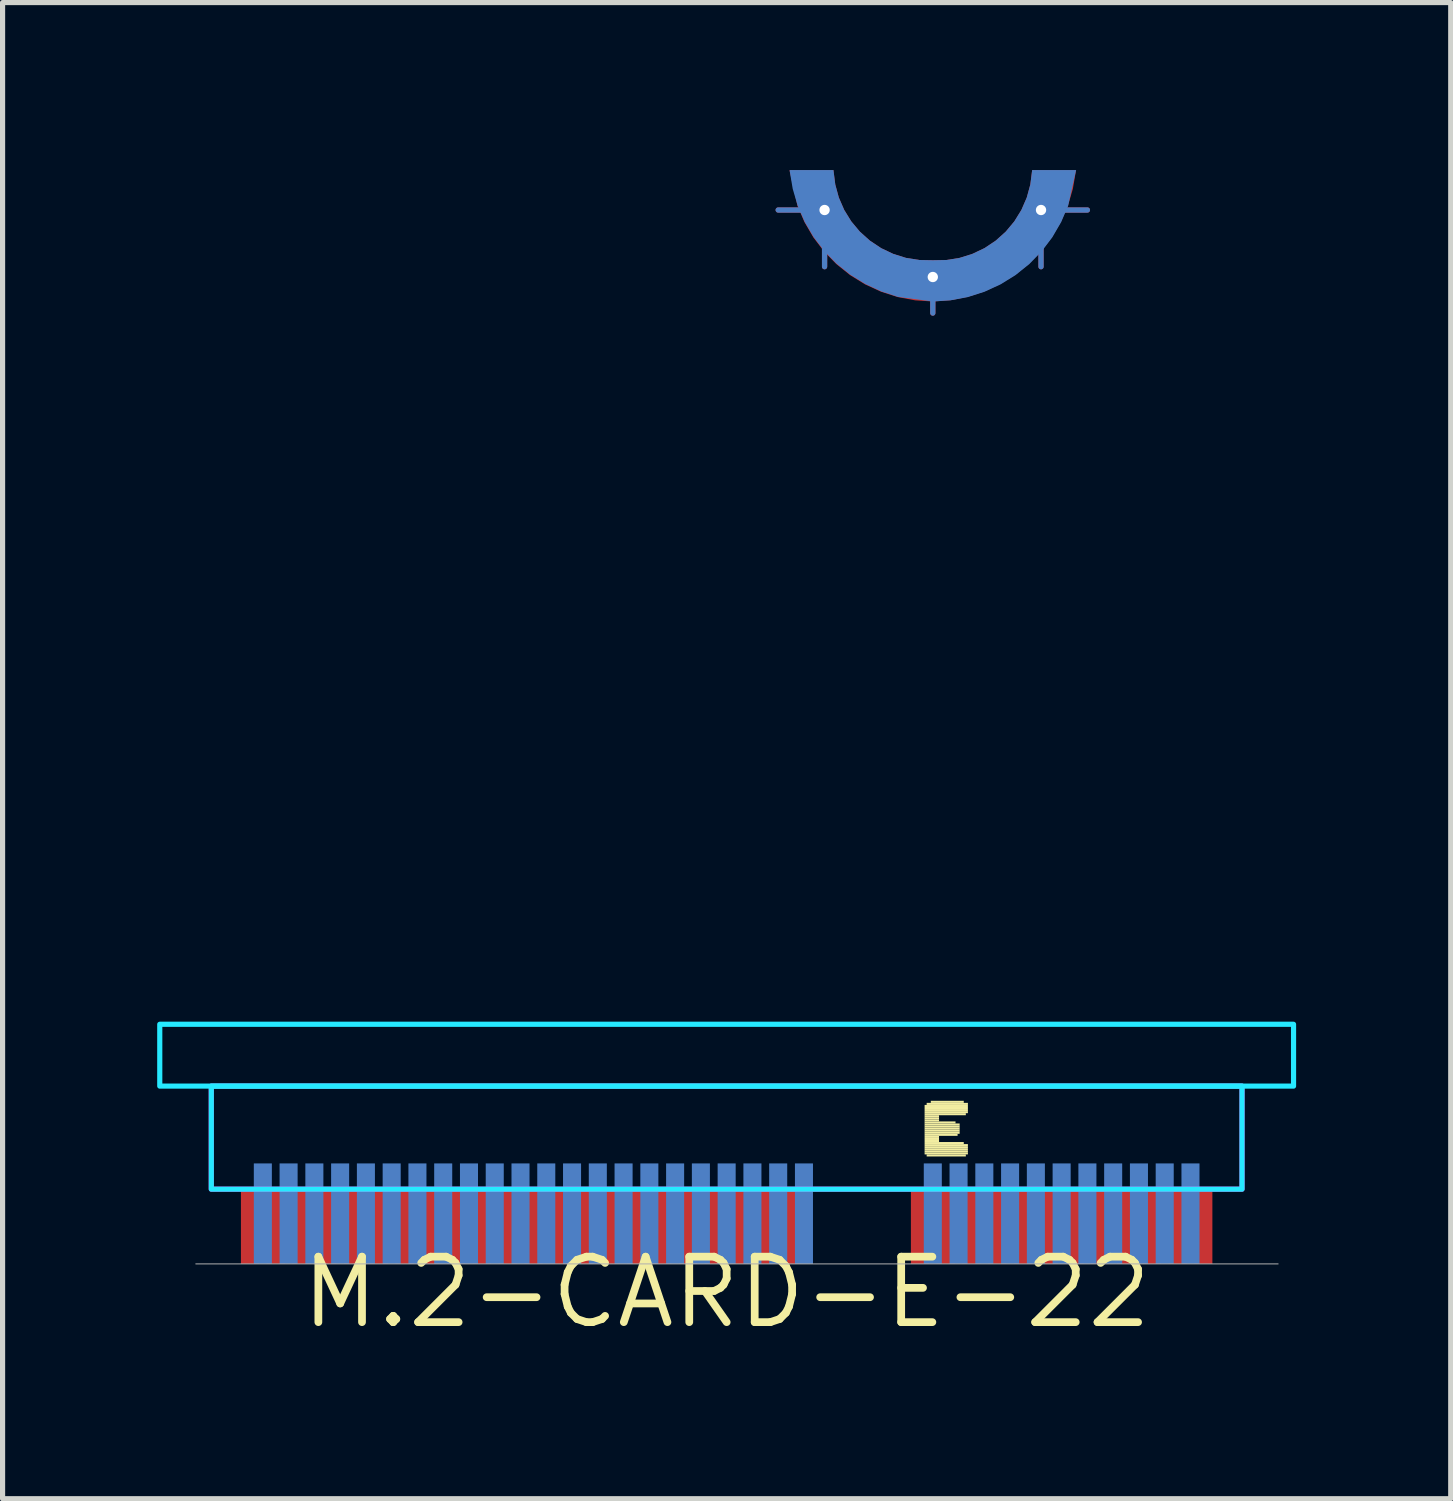
<source format=kicad_pcb>
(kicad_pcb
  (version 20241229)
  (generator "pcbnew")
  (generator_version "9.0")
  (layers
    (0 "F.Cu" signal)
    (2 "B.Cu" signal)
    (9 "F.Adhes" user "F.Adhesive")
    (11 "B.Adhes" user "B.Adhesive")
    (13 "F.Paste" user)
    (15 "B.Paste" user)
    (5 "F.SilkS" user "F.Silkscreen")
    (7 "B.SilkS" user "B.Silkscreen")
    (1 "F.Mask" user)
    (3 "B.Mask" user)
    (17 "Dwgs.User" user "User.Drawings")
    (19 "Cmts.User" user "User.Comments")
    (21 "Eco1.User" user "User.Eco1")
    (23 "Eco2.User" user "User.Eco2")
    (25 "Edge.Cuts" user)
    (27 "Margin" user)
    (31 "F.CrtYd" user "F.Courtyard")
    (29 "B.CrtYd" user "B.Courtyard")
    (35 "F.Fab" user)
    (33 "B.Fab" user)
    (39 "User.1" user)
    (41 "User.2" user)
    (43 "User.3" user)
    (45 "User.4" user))
  (footprint "M.2-CARD-E-22"
    (layer "F.Cu")
    (at 11.05 22.025)
    (property "Reference" "M.2-CARD-E-22" (at 0 0 0) (layer "F.SilkS") (effects (font (size 1.27 1.27) (thickness 0.15))))
    (fp_line (start 1.9 -21) (end 1 -21) (stroke (width 0.102) (type solid)) (layer "F.Cu"))
    (fp_line (start 1.9 -21) (end 1.9 -19.9) (stroke (width 0.102) (type solid)) (layer "F.Cu"))
    (fp_line (start 4 -19.7) (end 4 -19) (stroke (width 0.102) (type solid)) (layer "F.Cu"))
    (fp_line (start 6.1 -21) (end 6.1 -19.9) (stroke (width 0.102) (type solid)) (layer "F.Cu"))
    (fp_line (start 6.1 -21) (end 7 -21) (stroke (width 0.102) (type solid)) (layer "F.Cu"))
    (fp_poly (pts (xy 2.108 -21.493) (xy 2.177 -21.241) (xy 2.281 -21.002) (xy 2.418 -20.78) (xy 2.585 -20.58) (xy 2.779 -20.406) (xy 2.996 -20.261) (xy 3.232 -20.149) (xy 3.48 -20.071) (xy 3.738 -20.03) (xy 4 -20.025) (xy 4.262 -20.03) (xy 4.52 -20.071) (xy 4.768 -20.149) (xy 5.004 -20.261) (xy 5.221 -20.406) (xy 5.415 -20.58) (xy 5.582 -20.78) (xy 5.719 -21.002) (xy 5.823 -21.241) (xy 5.892 -21.493) (xy 5.928 -21.775) (xy 6.78 -21.775) (xy 6.718 -21.41) (xy 6.622 -21.083) (xy 6.486 -20.769) (xy 6.313 -20.474) (xy 6.106 -20.203) (xy 5.868 -19.958) (xy 5.602 -19.744) (xy 5.311 -19.564) (xy 5.001 -19.42) (xy 4.676 -19.314) (xy 4.341 -19.249) (xy 4 -19.225) (xy 3.658 -19.247) (xy 3.322 -19.31) (xy 2.996 -19.414) (xy 2.685 -19.557) (xy 2.394 -19.737) (xy 2.127 -19.952) (xy 1.888 -20.197) (xy 1.681 -20.47) (xy 1.509 -20.766) (xy 1.374 -21.081) (xy 1.219 -21.775) (xy 2.072 -21.775)) (stroke (width 0) (type default)) (fill yes) (layer "F.Cu"))
    (fp_poly (pts (xy 2.296 -21.73) (xy 2.36 -21.467) (xy 2.463 -21.217) (xy 2.605 -20.986) (xy 2.78 -20.78) (xy 2.986 -20.605) (xy 3.217 -20.463) (xy 3.466 -20.36) (xy 4.001 -20.275) (xy 4.27 -20.296) (xy 4.533 -20.36) (xy 4.783 -20.463) (xy 5.014 -20.605) (xy 5.22 -20.78) (xy 5.395 -20.986) (xy 5.537 -21.217) (xy 5.64 -21.466) (xy 5.729 -22.025) (xy 6.777 -22.025) (xy 6.755 -21.666) (xy 6.694 -21.336) (xy 6.595 -21.016) (xy 6.457 -20.71) (xy 6.284 -20.424) (xy 6.077 -20.16) (xy 5.84 -19.923) (xy 5.576 -19.716) (xy 5.29 -19.543) (xy 4.984 -19.405) (xy 4.664 -19.306) (xy 4.334 -19.245) (xy 4 -19.225) (xy 3.666 -19.245) (xy 3.336 -19.306) (xy 3.016 -19.405) (xy 2.71 -19.543) (xy 2.424 -19.716) (xy 2.16 -19.923) (xy 1.923 -20.16) (xy 1.716 -20.424) (xy 1.543 -20.71) (xy 1.405 -21.016) (xy 1.306 -21.336) (xy 1.245 -21.666) (xy 1.223 -22.025) (xy 2.273 -22.025)) (stroke (width 0) (type default)) (fill yes) (layer "F.Mask"))
    (fp_line (start 1.9 -21) (end 1 -21) (stroke (width 0.102) (type solid)) (layer "B.Cu"))
    (fp_line (start 1.9 -21) (end 1.9 -19.9) (stroke (width 0.102) (type solid)) (layer "B.Cu"))
    (fp_line (start 4 -19.7) (end 4 -19) (stroke (width 0.102) (type solid)) (layer "B.Cu"))
    (fp_line (start 6.1 -21) (end 6.1 -19.9) (stroke (width 0.102) (type solid)) (layer "B.Cu"))
    (fp_line (start 6.1 -21) (end 7 -21) (stroke (width 0.102) (type solid)) (layer "B.Cu"))
    (fp_poly (pts (xy 2.108 -21.493) (xy 2.177 -21.241) (xy 2.281 -21.002) (xy 2.418 -20.78) (xy 2.585 -20.58) (xy 2.779 -20.406) (xy 2.996 -20.261) (xy 3.232 -20.149) (xy 3.48 -20.071) (xy 3.738 -20.03) (xy 4 -20.025) (xy 4.262 -20.03) (xy 4.52 -20.071) (xy 4.768 -20.149) (xy 5.004 -20.261) (xy 5.221 -20.406) (xy 5.415 -20.58) (xy 5.582 -20.78) (xy 5.719 -21.002) (xy 5.823 -21.241) (xy 5.892 -21.493) (xy 5.928 -21.775) (xy 6.781 -21.775) (xy 6.626 -21.081) (xy 6.491 -20.766) (xy 6.319 -20.47) (xy 6.112 -20.197) (xy 5.873 -19.952) (xy 5.606 -19.737) (xy 5.315 -19.557) (xy 5.004 -19.414) (xy 4.678 -19.31) (xy 4.342 -19.247) (xy 4.024 -19.226) (xy 4.023 -19.222) (xy 3.999 -19.225) (xy 3.976 -19.223) (xy 3.976 -19.228) (xy 3.324 -19.314) (xy 2.999 -19.42) (xy 2.689 -19.564) (xy 2.398 -19.744) (xy 2.132 -19.958) (xy 1.894 -20.203) (xy 1.687 -20.474) (xy 1.514 -20.769) (xy 1.378 -21.083) (xy 1.282 -21.41) (xy 1.225 -21.748) (xy 1.225 -21.775) (xy 2.072 -21.775)) (stroke (width 0) (type default)) (fill yes) (layer "B.Cu"))
    (fp_poly (pts (xy 2.36 -21.466) (xy 2.463 -21.217) (xy 2.605 -20.986) (xy 2.78 -20.78) (xy 2.986 -20.605) (xy 3.217 -20.463) (xy 3.467 -20.36) (xy 3.73 -20.296) (xy 3.999 -20.275) (xy 4.534 -20.36) (xy 4.783 -20.463) (xy 5.014 -20.605) (xy 5.22 -20.78) (xy 5.395 -20.986) (xy 5.537 -21.217) (xy 5.64 -21.467) (xy 5.704 -21.73) (xy 5.727 -22.025) (xy 6.777 -22.025) (xy 6.755 -21.666) (xy 6.694 -21.336) (xy 6.595 -21.016) (xy 6.457 -20.71) (xy 6.284 -20.424) (xy 6.077 -20.16) (xy 5.84 -19.923) (xy 5.576 -19.716) (xy 5.29 -19.543) (xy 4.984 -19.405) (xy 4.664 -19.306) (xy 4.334 -19.245) (xy 4 -19.225) (xy 3.666 -19.245) (xy 3.336 -19.306) (xy 3.016 -19.405) (xy 2.71 -19.543) (xy 2.424 -19.716) (xy 2.16 -19.923) (xy 1.923 -20.16) (xy 1.716 -20.424) (xy 1.543 -20.71) (xy 1.405 -21.016) (xy 1.306 -21.336) (xy 1.245 -21.666) (xy 1.223 -22.025) (xy 2.271 -22.025)) (stroke (width 0) (type default)) (fill yes) (layer "B.Mask"))
    (fp_poly (pts (xy 3.841 -3.595) (xy 4.681 -3.595) (xy 4.681 -3.635) (xy 3.841 -3.635)) (stroke (width 0) (type default)) (fill yes) (layer "F.SilkS"))
    (fp_poly (pts (xy 3.841 -3.555) (xy 4.681 -3.555) (xy 4.681 -3.595) (xy 3.841 -3.595)) (stroke (width 0) (type default)) (fill yes) (layer "F.SilkS"))
    (fp_poly (pts (xy 3.841 -3.515) (xy 4.681 -3.515) (xy 4.681 -3.555) (xy 3.841 -3.555)) (stroke (width 0) (type default)) (fill yes) (layer "F.SilkS"))
    (fp_poly (pts (xy 3.841 -3.475) (xy 4.681 -3.475) (xy 4.681 -3.515) (xy 3.841 -3.515)) (stroke (width 0) (type default)) (fill yes) (layer "F.SilkS"))
    (fp_poly (pts (xy 3.841 -3.435) (xy 4.641 -3.435) (xy 4.641 -3.475) (xy 3.841 -3.475)) (stroke (width 0) (type default)) (fill yes) (layer "F.SilkS"))
    (fp_poly (pts (xy 3.841 -3.395) (xy 4.121 -3.395) (xy 4.121 -3.435) (xy 3.841 -3.435)) (stroke (width 0) (type default)) (fill yes) (layer "F.SilkS"))
    (fp_poly (pts (xy 3.841 -3.355) (xy 4.121 -3.355) (xy 4.121 -3.395) (xy 3.841 -3.395)) (stroke (width 0) (type default)) (fill yes) (layer "F.SilkS"))
    (fp_poly (pts (xy 3.841 -3.315) (xy 4.121 -3.315) (xy 4.121 -3.355) (xy 3.841 -3.355)) (stroke (width 0) (type default)) (fill yes) (layer "F.SilkS"))
    (fp_poly (pts (xy 3.841 -3.275) (xy 4.441 -3.275) (xy 4.441 -3.315) (xy 3.841 -3.315)) (stroke (width 0) (type default)) (fill yes) (layer "F.SilkS"))
    (fp_poly (pts (xy 3.841 -3.235) (xy 4.521 -3.235) (xy 4.521 -3.275) (xy 3.841 -3.275)) (stroke (width 0) (type default)) (fill yes) (layer "F.SilkS"))
    (fp_poly (pts (xy 3.841 -3.195) (xy 4.521 -3.195) (xy 4.521 -3.235) (xy 3.841 -3.235)) (stroke (width 0) (type default)) (fill yes) (layer "F.SilkS"))
    (fp_poly (pts (xy 3.841 -3.155) (xy 4.521 -3.155) (xy 4.521 -3.195) (xy 3.841 -3.195)) (stroke (width 0) (type default)) (fill yes) (layer "F.SilkS"))
    (fp_poly (pts (xy 3.841 -3.115) (xy 4.521 -3.115) (xy 4.521 -3.155) (xy 3.841 -3.155)) (stroke (width 0) (type default)) (fill yes) (layer "F.SilkS"))
    (fp_poly (pts (xy 3.841 -3.075) (xy 4.521 -3.075) (xy 4.521 -3.115) (xy 3.841 -3.115)) (stroke (width 0) (type default)) (fill yes) (layer "F.SilkS"))
    (fp_poly (pts (xy 3.841 -3.035) (xy 4.481 -3.035) (xy 4.481 -3.075) (xy 3.841 -3.075)) (stroke (width 0) (type default)) (fill yes) (layer "F.SilkS"))
    (fp_poly (pts (xy 3.841 -2.995) (xy 4.121 -2.995) (xy 4.121 -3.035) (xy 3.841 -3.035)) (stroke (width 0) (type default)) (fill yes) (layer "F.SilkS"))
    (fp_poly (pts (xy 3.841 -2.955) (xy 4.121 -2.955) (xy 4.121 -2.995) (xy 3.841 -2.995)) (stroke (width 0) (type default)) (fill yes) (layer "F.SilkS"))
    (fp_poly (pts (xy 3.841 -2.915) (xy 4.121 -2.915) (xy 4.121 -2.955) (xy 3.841 -2.955)) (stroke (width 0) (type default)) (fill yes) (layer "F.SilkS"))
    (fp_poly (pts (xy 3.841 -2.875) (xy 4.601 -2.875) (xy 4.601 -2.915) (xy 3.841 -2.915)) (stroke (width 0) (type default)) (fill yes) (layer "F.SilkS"))
    (fp_poly (pts (xy 3.841 -2.835) (xy 4.681 -2.835) (xy 4.681 -2.875) (xy 3.841 -2.875)) (stroke (width 0) (type default)) (fill yes) (layer "F.SilkS"))
    (fp_poly (pts (xy 3.841 -2.795) (xy 4.681 -2.795) (xy 4.681 -2.835) (xy 3.841 -2.835)) (stroke (width 0) (type default)) (fill yes) (layer "F.SilkS"))
    (fp_poly (pts (xy 3.841 -2.755) (xy 4.681 -2.755) (xy 4.681 -2.795) (xy 3.841 -2.795)) (stroke (width 0) (type default)) (fill yes) (layer "F.SilkS"))
    (fp_poly (pts (xy 3.841 -2.715) (xy 4.681 -2.715) (xy 4.681 -2.755) (xy 3.841 -2.755)) (stroke (width 0) (type default)) (fill yes) (layer "F.SilkS"))
    (fp_poly (pts (xy 3.841 -2.675) (xy 4.681 -2.675) (xy 4.681 -2.715) (xy 3.841 -2.715)) (stroke (width 0) (type default)) (fill yes) (layer "F.SilkS"))
    (fp_poly (pts (xy 3.881 -3.635) (xy 4.681 -3.635) (xy 4.681 -3.675) (xy 3.881 -3.675)) (stroke (width 0) (type default)) (fill yes) (layer "F.SilkS"))
    (fp_poly (pts (xy 3.881 -2.635) (xy 4.641 -2.635) (xy 4.641 -2.675) (xy 3.881 -2.675)) (stroke (width 0) (type default)) (fill yes) (layer "F.SilkS"))
    (fp_poly (pts (xy 3.961 -3.675) (xy 4.601 -3.675) (xy 4.601 -3.715) (xy 3.961 -3.715)) (stroke (width 0) (type default)) (fill yes) (layer "F.SilkS"))
    (fp_poly (pts (xy 10 -4) (xy -10 -4) (xy -10 -2) (xy 10 -2)) (stroke (width 0.1) (type default)) (fill no) (layer "B.CrtYd"))
    (fp_poly (pts (xy 11 -5.2) (xy -11 -5.2) (xy -11 -4) (xy 11 -4)) (stroke (width 0.1) (type default)) (fill no) (layer "B.CrtYd"))
    (fp_poly (pts (xy 10 -4) (xy -10 -4) (xy -10 -2) (xy 10 -2)) (stroke (width 0.1) (type default)) (fill no) (layer "F.CrtYd"))
    (fp_line (start -10.3 -0.55) (end 10.7 -0.55) (stroke (width 0.02) (type solid)) (layer "F.Fab"))
    (fp_text user "Route\nOut" (at 4 -21.3 0) (layer "Edge.Cuts") (effects (font (size 0.276 0.276) (thickness 0.024))))
    (pad "1" smd rect (at 9.25 -1.275 180) (size 0.35 1.45) (layers "F.Cu" "F.Mask"))
    (pad "2" smd rect (at 9 -1.525) (size 0.35 1.95) (layers "B.Cu" "B.Mask"))
    (pad "3" smd rect (at 8.75 -1.275 180) (size 0.35 1.45) (layers "F.Cu" "F.Mask"))
    (pad "4" smd rect (at 8.5 -1.525) (size 0.35 1.95) (layers "B.Cu" "B.Mask"))
    (pad "5" smd rect (at 8.25 -1.275 180) (size 0.35 1.45) (layers "F.Cu" "F.Mask"))
    (pad "6" smd rect (at 8 -1.525) (size 0.35 1.95) (layers "B.Cu" "B.Mask"))
    (pad "7" smd rect (at 7.75 -1.275 180) (size 0.35 1.45) (layers "F.Cu" "F.Mask"))
    (pad "8" smd rect (at 7.5 -1.525) (size 0.35 1.95) (layers "B.Cu" "B.Mask"))
    (pad "9" smd rect (at 7.25 -1.275 180) (size 0.35 1.45) (layers "F.Cu" "F.Mask"))
    (pad "10" smd rect (at 7 -1.525) (size 0.35 1.95) (layers "B.Cu" "B.Mask"))
    (pad "11" smd rect (at 6.75 -1.275 180) (size 0.35 1.45) (layers "F.Cu" "F.Mask"))
    (pad "12" smd rect (at 6.5 -1.525) (size 0.35 1.95) (layers "B.Cu" "B.Mask"))
    (pad "13" smd rect (at 6.25 -1.275 180) (size 0.35 1.45) (layers "F.Cu" "F.Mask"))
    (pad "14" smd rect (at 6 -1.525) (size 0.35 1.95) (layers "B.Cu" "B.Mask"))
    (pad "15" smd rect (at 5.75 -1.275 180) (size 0.35 1.45) (layers "F.Cu" "F.Mask"))
    (pad "16" smd rect (at 5.5 -1.525) (size 0.35 1.95) (layers "B.Cu" "B.Mask"))
    (pad "17" smd rect (at 5.25 -1.275 180) (size 0.35 1.45) (layers "F.Cu" "F.Mask"))
    (pad "18" smd rect (at 5 -1.525) (size 0.35 1.95) (layers "B.Cu" "B.Mask"))
    (pad "19" smd rect (at 4.75 -1.275 180) (size 0.35 1.45) (layers "F.Cu" "F.Mask"))
    (pad "20" smd rect (at 4.5 -1.525) (size 0.35 1.95) (layers "B.Cu" "B.Mask"))
    (pad "21" smd rect (at 4.25 -1.275 180) (size 0.35 1.45) (layers "F.Cu" "F.Mask"))
    (pad "22" smd rect (at 4 -1.525) (size 0.35 1.95) (layers "B.Cu" "B.Mask"))
    (pad "23" smd rect (at 3.75 -1.275 180) (size 0.35 1.45) (layers "F.Cu" "F.Mask"))
    (pad "32" smd rect (at 1.5 -1.525) (size 0.35 1.95) (layers "B.Cu" "B.Mask"))
    (pad "33" smd rect (at 1.25 -1.275 180) (size 0.35 1.45) (layers "F.Cu" "F.Mask"))
    (pad "34" smd rect (at 1 -1.525) (size 0.35 1.95) (layers "B.Cu" "B.Mask"))
    (pad "35" smd rect (at 0.75 -1.275 180) (size 0.35 1.45) (layers "F.Cu" "F.Mask"))
    (pad "36" smd rect (at 0.5 -1.525) (size 0.35 1.95) (layers "B.Cu" "B.Mask"))
    (pad "37" smd rect (at 0.25 -1.275 180) (size 0.35 1.45) (layers "F.Cu" "F.Mask"))
    (pad "38" smd rect (at 0 -1.525) (size 0.35 1.95) (layers "B.Cu" "B.Mask"))
    (pad "39" smd rect (at -0.25 -1.275 180) (size 0.35 1.45) (layers "F.Cu" "F.Mask"))
    (pad "40" smd rect (at -0.5 -1.525) (size 0.35 1.95) (layers "B.Cu" "B.Mask"))
    (pad "41" smd rect (at -0.75 -1.275 180) (size 0.35 1.45) (layers "F.Cu" "F.Mask"))
    (pad "42" smd rect (at -1 -1.525) (size 0.35 1.95) (layers "B.Cu" "B.Mask"))
    (pad "43" smd rect (at -1.25 -1.275 180) (size 0.35 1.45) (layers "F.Cu" "F.Mask"))
    (pad "44" smd rect (at -1.5 -1.525) (size 0.35 1.95) (layers "B.Cu" "B.Mask"))
    (pad "45" smd rect (at -1.75 -1.275 180) (size 0.35 1.45) (layers "F.Cu" "F.Mask"))
    (pad "46" smd rect (at -2 -1.525) (size 0.35 1.95) (layers "B.Cu" "B.Mask"))
    (pad "47" smd rect (at -2.25 -1.275 180) (size 0.35 1.45) (layers "F.Cu" "F.Mask"))
    (pad "48" smd rect (at -2.5 -1.525) (size 0.35 1.95) (layers "B.Cu" "B.Mask"))
    (pad "49" smd rect (at -2.75 -1.275 180) (size 0.35 1.45) (layers "F.Cu" "F.Mask"))
    (pad "50" smd rect (at -3 -1.525) (size 0.35 1.95) (layers "B.Cu" "B.Mask"))
    (pad "51" smd rect (at -3.25 -1.275 180) (size 0.35 1.45) (layers "F.Cu" "F.Mask"))
    (pad "52" smd rect (at -3.5 -1.525) (size 0.35 1.95) (layers "B.Cu" "B.Mask"))
    (pad "53" smd rect (at -3.75 -1.275 180) (size 0.35 1.45) (layers "F.Cu" "F.Mask"))
    (pad "54" smd rect (at -4 -1.525) (size 0.35 1.95) (layers "B.Cu" "B.Mask"))
    (pad "55" smd rect (at -4.25 -1.275 180) (size 0.35 1.45) (layers "F.Cu" "F.Mask"))
    (pad "56" smd rect (at -4.5 -1.525) (size 0.35 1.95) (layers "B.Cu" "B.Mask"))
    (pad "57" smd rect (at -4.75 -1.275 180) (size 0.35 1.45) (layers "F.Cu" "F.Mask"))
    (pad "58" smd rect (at -5 -1.525) (size 0.35 1.95) (layers "B.Cu" "B.Mask"))
    (pad "59" smd rect (at -5.25 -1.275 180) (size 0.35 1.45) (layers "F.Cu" "F.Mask"))
    (pad "60" smd rect (at -5.5 -1.525) (size 0.35 1.95) (layers "B.Cu" "B.Mask"))
    (pad "61" smd rect (at -5.75 -1.275 180) (size 0.35 1.45) (layers "F.Cu" "F.Mask"))
    (pad "62" smd rect (at -6 -1.525) (size 0.35 1.95) (layers "B.Cu" "B.Mask"))
    (pad "63" smd rect (at -6.25 -1.275 180) (size 0.35 1.45) (layers "F.Cu" "F.Mask"))
    (pad "64" smd rect (at -6.5 -1.525) (size 0.35 1.95) (layers "B.Cu" "B.Mask"))
    (pad "65" smd rect (at -6.75 -1.275 180) (size 0.35 1.45) (layers "F.Cu" "F.Mask"))
    (pad "66" smd rect (at -7 -1.525) (size 0.35 1.95) (layers "B.Cu" "B.Mask"))
    (pad "67" smd rect (at -7.25 -1.275 180) (size 0.35 1.45) (layers "F.Cu" "F.Mask"))
    (pad "68" smd rect (at -7.5 -1.525) (size 0.35 1.95) (layers "B.Cu" "B.Mask"))
    (pad "69" smd rect (at -7.75 -1.275 180) (size 0.35 1.45) (layers "F.Cu" "F.Mask"))
    (pad "70" smd rect (at -8 -1.525) (size 0.35 1.95) (layers "B.Cu" "B.Mask"))
    (pad "71" smd rect (at -8.25 -1.275 180) (size 0.35 1.45) (layers "F.Cu" "F.Mask"))
    (pad "72" smd rect (at -8.5 -1.525) (size 0.35 1.95) (layers "B.Cu" "B.Mask"))
    (pad "73" smd rect (at -8.75 -1.275 180) (size 0.35 1.45) (layers "F.Cu" "F.Mask"))
    (pad "74" smd rect (at -9 -1.525) (size 0.35 1.95) (layers "B.Cu" "B.Mask"))
    (pad "75" smd rect (at -9.25 -1.275 180) (size 0.35 1.45) (layers "F.Cu" "F.Mask"))
    (pad "GND1" thru_hole circle (at 1.9 -21) (size 0.352 0.352) (drill 0.2) (layers "*.Cu" "*.Mask"))
    (pad "GND2" thru_hole circle (at 4 -19.7) (size 0.352 0.352) (drill 0.2) (layers "*.Cu" "*.Mask"))
    (pad "GND3" thru_hole circle (at 6.1 -21) (size 0.352 0.352) (drill 0.2) (layers "*.Cu" "*.Mask")))
  (gr_rect
    (start -3 -3)
    (end 25.1 26.031)
    (stroke (width 0.1) (type default))
    (fill no)
    (layer "Edge.Cuts")))
</source>
